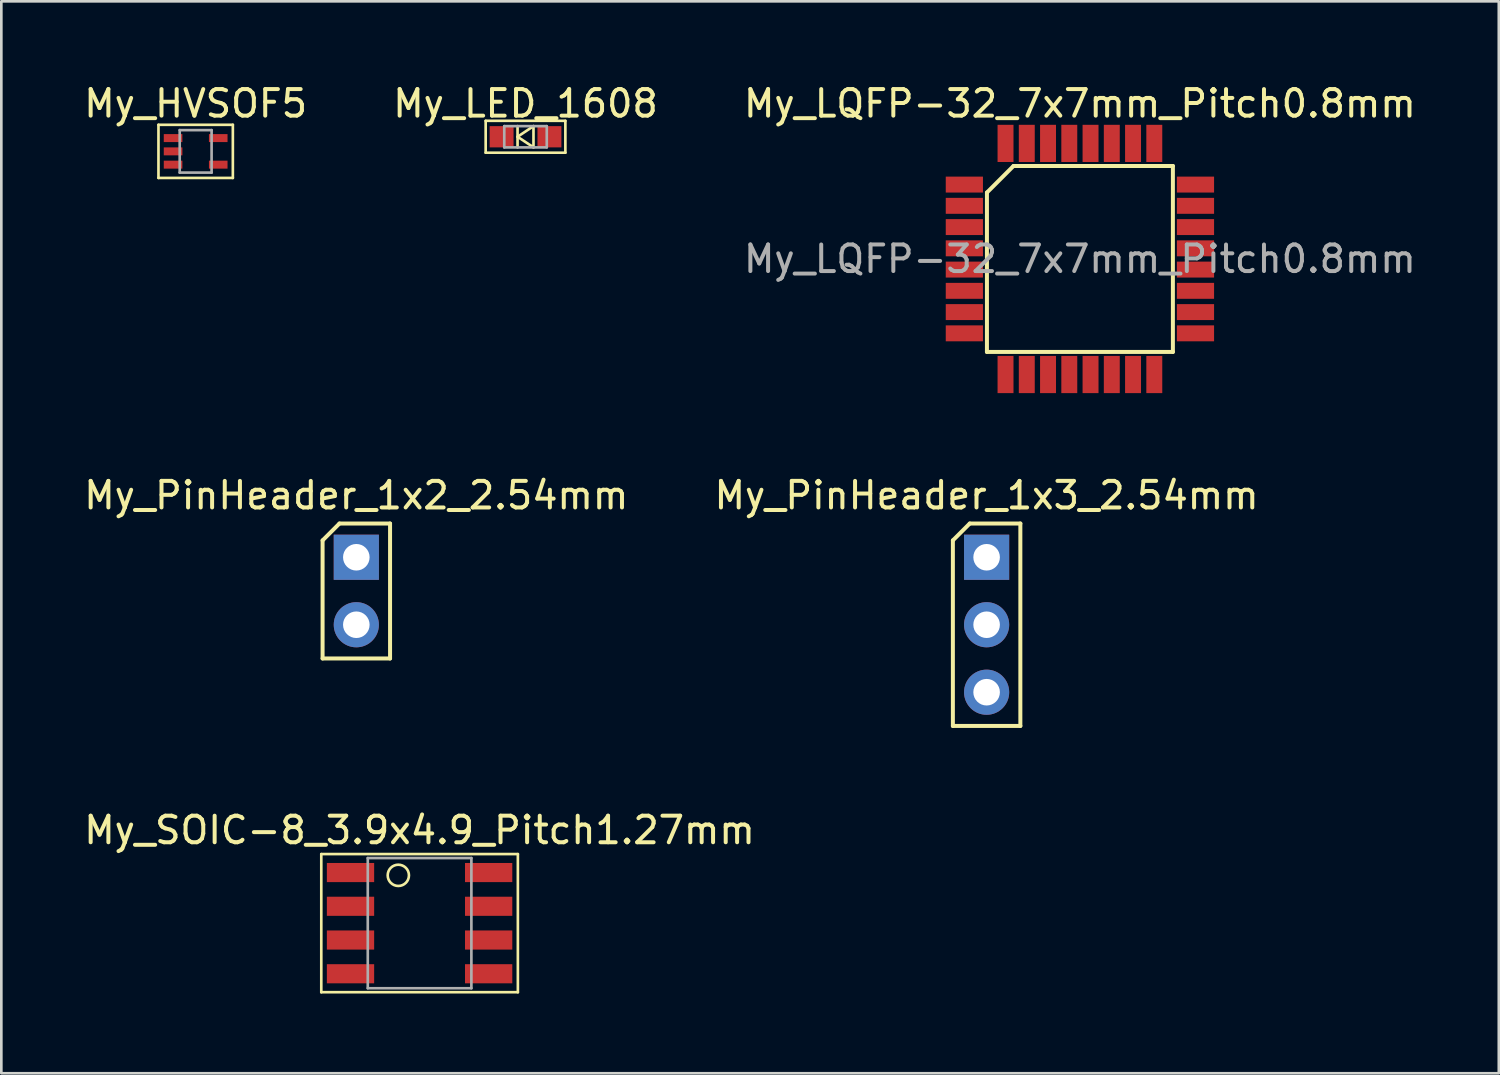
<source format=kicad_pcb>
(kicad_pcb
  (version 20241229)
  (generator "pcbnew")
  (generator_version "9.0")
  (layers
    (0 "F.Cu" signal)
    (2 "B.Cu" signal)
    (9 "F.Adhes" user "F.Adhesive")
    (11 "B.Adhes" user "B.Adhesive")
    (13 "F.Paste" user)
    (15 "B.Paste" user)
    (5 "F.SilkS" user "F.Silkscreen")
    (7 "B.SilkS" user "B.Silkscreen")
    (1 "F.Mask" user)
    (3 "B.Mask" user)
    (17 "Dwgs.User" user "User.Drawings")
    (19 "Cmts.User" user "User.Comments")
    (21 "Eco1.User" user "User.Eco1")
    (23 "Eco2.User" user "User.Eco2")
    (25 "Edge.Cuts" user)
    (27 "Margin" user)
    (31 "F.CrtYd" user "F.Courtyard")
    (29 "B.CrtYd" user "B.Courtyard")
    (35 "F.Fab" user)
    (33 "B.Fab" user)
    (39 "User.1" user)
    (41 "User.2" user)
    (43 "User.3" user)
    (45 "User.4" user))
  (footprint "My_PinHeader_1x3_2.54mm"
    (layer "F.Cu")
    (at 34.089 17.927)
    (property "Reference" "My_PinHeader_1x3_2.54mm" (at 0 -2.33 0) (layer "F.SilkS") (effects (font (size 1 1) (thickness 0.15))))
    (attr through_hole)
    (fp_line (start -1.27 -0.635) (end -0.635 -1.27) (stroke (width 0.15) (type solid)) (layer "F.SilkS"))
    (fp_line (start -1.27 6.35) (end -1.27 -0.635) (stroke (width 0.15) (type solid)) (layer "F.SilkS"))
    (fp_line (start -0.635 -1.27) (end 1.27 -1.27) (stroke (width 0.15) (type solid)) (layer "F.SilkS"))
    (fp_line (start 1.27 -1.27) (end 1.27 6.35) (stroke (width 0.15) (type solid)) (layer "F.SilkS"))
    (fp_line (start 1.27 6.35) (end -1.27 6.35) (stroke (width 0.15) (type solid)) (layer "F.SilkS"))
    (pad "1" thru_hole rect (at 0 0) (size 1.7 1.7) (drill 1) (layers "*.Cu" "*.Mask"))
    (pad "2" thru_hole oval (at 0 2.54) (size 1.7 1.7) (drill 1) (layers "*.Cu" "*.Mask"))
    (pad "3" thru_hole oval (at 0 5.08) (size 1.7 1.7) (drill 1) (layers "*.Cu" "*.Mask")))
  (footprint "My_PinHeader_1x2_2.54mm"
    (layer "F.Cu")
    (at 10.363 17.927)
    (property "Reference" "My_PinHeader_1x2_2.54mm" (at 0 -2.33 0) (layer "F.SilkS") (effects (font (size 1 1) (thickness 0.15))))
    (attr through_hole)
    (fp_line (start -1.27 -0.635) (end -0.635 -1.27) (stroke (width 0.15) (type solid)) (layer "F.SilkS"))
    (fp_line (start -1.27 3.81) (end -1.27 -0.635) (stroke (width 0.15) (type solid)) (layer "F.SilkS"))
    (fp_line (start -0.635 -1.27) (end 1.27 -1.27) (stroke (width 0.15) (type solid)) (layer "F.SilkS"))
    (fp_line (start 1.27 -1.27) (end 1.27 3.81) (stroke (width 0.15) (type solid)) (layer "F.SilkS"))
    (fp_line (start 1.27 3.81) (end -1.27 3.81) (stroke (width 0.15) (type solid)) (layer "F.SilkS"))
    (pad "1" thru_hole rect (at 0 0) (size 1.7 1.7) (drill 1) (layers "*.Cu" "*.Mask"))
    (pad "2" thru_hole oval (at 0 2.54) (size 1.7 1.7) (drill 1) (layers "*.Cu" "*.Mask")))
  (footprint "My_LQFP-32_7x7mm_Pitch0.8mm"
    (layer "F.Cu")
    (at 37.601 6.698)
    (property "Reference" "My_LQFP-32_7x7mm_Pitch0.8mm" (at 0 -5.85 0) (layer "F.SilkS") (effects (font (size 1 1) (thickness 0.15))))
    (attr smd)
    (fp_line (start -3.5 -2.5) (end -2.5 -3.5) (stroke (width 0.15) (type solid)) (layer "F.SilkS"))
    (fp_line (start -3.5 3.5) (end -3.5 -2.5) (stroke (width 0.15) (type solid)) (layer "F.SilkS"))
    (fp_line (start -2.5 -3.5) (end 3.5 -3.5) (stroke (width 0.15) (type solid)) (layer "F.SilkS"))
    (fp_line (start 3.5 -3.5) (end 3.5 3.5) (stroke (width 0.15) (type solid)) (layer "F.SilkS"))
    (fp_line (start 3.5 3.5) (end -3.5 3.5) (stroke (width 0.15) (type solid)) (layer "F.SilkS"))
    (fp_text user "${REFERENCE}" (at 0 0 0) (layer "F.Fab") (effects (font (size 1 1) (thickness 0.15))))
    (pad "1" smd rect (at -4.35 -2.8) (size 1.4 0.6) (layers "F.Cu" "F.Mask" "F.Paste"))
    (pad "2" smd rect (at -4.35 -2) (size 1.4 0.6) (layers "F.Cu" "F.Mask" "F.Paste"))
    (pad "3" smd rect (at -4.35 -1.2) (size 1.4 0.6) (layers "F.Cu" "F.Mask" "F.Paste"))
    (pad "4" smd rect (at -4.35 -0.4) (size 1.4 0.6) (layers "F.Cu" "F.Mask" "F.Paste"))
    (pad "5" smd rect (at -4.35 0.4) (size 1.4 0.6) (layers "F.Cu" "F.Mask" "F.Paste"))
    (pad "6" smd rect (at -4.35 1.2) (size 1.4 0.6) (layers "F.Cu" "F.Mask" "F.Paste"))
    (pad "7" smd rect (at -4.35 2) (size 1.4 0.6) (layers "F.Cu" "F.Mask" "F.Paste"))
    (pad "8" smd rect (at -4.35 2.8) (size 1.4 0.6) (layers "F.Cu" "F.Mask" "F.Paste"))
    (pad "9" smd rect (at -2.8 4.35 90) (size 1.4 0.6) (layers "F.Cu" "F.Mask" "F.Paste"))
    (pad "10" smd rect (at -2 4.35 90) (size 1.4 0.6) (layers "F.Cu" "F.Mask" "F.Paste"))
    (pad "11" smd rect (at -1.2 4.35 90) (size 1.4 0.6) (layers "F.Cu" "F.Mask" "F.Paste"))
    (pad "12" smd rect (at -0.4 4.35 90) (size 1.4 0.6) (layers "F.Cu" "F.Mask" "F.Paste"))
    (pad "13" smd rect (at 0.4 4.35 90) (size 1.4 0.6) (layers "F.Cu" "F.Mask" "F.Paste"))
    (pad "14" smd rect (at 1.2 4.35 90) (size 1.4 0.6) (layers "F.Cu" "F.Mask" "F.Paste"))
    (pad "15" smd rect (at 2 4.35 90) (size 1.4 0.6) (layers "F.Cu" "F.Mask" "F.Paste"))
    (pad "16" smd rect (at 2.8 4.35 90) (size 1.4 0.6) (layers "F.Cu" "F.Mask" "F.Paste"))
    (pad "17" smd rect (at 4.35 2.8) (size 1.4 0.6) (layers "F.Cu" "F.Mask" "F.Paste"))
    (pad "18" smd rect (at 4.35 2) (size 1.4 0.6) (layers "F.Cu" "F.Mask" "F.Paste"))
    (pad "19" smd rect (at 4.35 1.2) (size 1.4 0.6) (layers "F.Cu" "F.Mask" "F.Paste"))
    (pad "20" smd rect (at 4.35 0.4) (size 1.4 0.6) (layers "F.Cu" "F.Mask" "F.Paste"))
    (pad "21" smd rect (at 4.35 -0.4) (size 1.4 0.6) (layers "F.Cu" "F.Mask" "F.Paste"))
    (pad "22" smd rect (at 4.35 -1.2) (size 1.4 0.6) (layers "F.Cu" "F.Mask" "F.Paste"))
    (pad "23" smd rect (at 4.35 -2) (size 1.4 0.6) (layers "F.Cu" "F.Mask" "F.Paste"))
    (pad "24" smd rect (at 4.35 -2.8) (size 1.4 0.6) (layers "F.Cu" "F.Mask" "F.Paste"))
    (pad "25" smd rect (at 2.8 -4.35 90) (size 1.4 0.6) (layers "F.Cu" "F.Mask" "F.Paste"))
    (pad "26" smd rect (at 2 -4.35 90) (size 1.4 0.6) (layers "F.Cu" "F.Mask" "F.Paste"))
    (pad "27" smd rect (at 1.2 -4.35 90) (size 1.4 0.6) (layers "F.Cu" "F.Mask" "F.Paste"))
    (pad "28" smd rect (at 0.4 -4.35 90) (size 1.4 0.6) (layers "F.Cu" "F.Mask" "F.Paste"))
    (pad "29" smd rect (at -0.4 -4.35 90) (size 1.4 0.6) (layers "F.Cu" "F.Mask" "F.Paste"))
    (pad "30" smd rect (at -1.2 -4.35 90) (size 1.4 0.6) (layers "F.Cu" "F.Mask" "F.Paste"))
    (pad "31" smd rect (at -2 -4.35 90) (size 1.4 0.6) (layers "F.Cu" "F.Mask" "F.Paste"))
    (pad "32" smd rect (at -2.8 -4.35 90) (size 1.4 0.6) (layers "F.Cu" "F.Mask" "F.Paste")))
  (footprint "My_HVSOF5"
    (layer "F.Cu")
    (at 4.315 2.648)
    (property "Reference" "My_HVSOF5" (at 0 -1.8 0) (layer "F.SilkS") (effects (font (size 1 1) (thickness 0.15))))
    (attr through_hole)
    (fp_line (start -1.4 -1) (end -1.4 1) (stroke (width 0.1) (type solid)) (layer "F.SilkS"))
    (fp_line (start -1.4 1) (end 1.4 1) (stroke (width 0.1) (type solid)) (layer "F.SilkS"))
    (fp_line (start 1.4 -1) (end -1.4 -1) (stroke (width 0.1) (type solid)) (layer "F.SilkS"))
    (fp_line (start 1.4 1) (end 1.4 -1) (stroke (width 0.1) (type solid)) (layer "F.SilkS"))
    (fp_line (start -0.6 -0.8) (end -0.6 0.8) (stroke (width 0.1) (type solid)) (layer "F.Fab"))
    (fp_line (start -0.6 -0.8) (end 0.6 -0.8) (stroke (width 0.1) (type solid)) (layer "F.Fab"))
    (fp_line (start 0.6 -0.8) (end 0.6 0.8) (stroke (width 0.1) (type solid)) (layer "F.Fab"))
    (fp_line (start 0.6 0.8) (end -0.6 0.8) (stroke (width 0.1) (type solid)) (layer "F.Fab"))
    (pad "1" smd rect (at -0.85 -0.5) (size 0.7 0.3) (layers "F.Cu" "F.Mask" "F.Paste"))
    (pad "2" smd rect (at -0.85 0) (size 0.7 0.3) (layers "F.Cu" "F.Mask" "F.Paste"))
    (pad "3" smd rect (at -0.85 0.5) (size 0.7 0.3) (layers "F.Cu" "F.Mask" "F.Paste"))
    (pad "4" smd rect (at 0.85 0.5) (size 0.7 0.3) (layers "F.Cu" "F.Mask" "F.Paste"))
    (pad "5" smd rect (at 0.85 -0.5) (size 0.7 0.3) (layers "F.Cu" "F.Mask" "F.Paste")))
  (footprint "My_SOIC-8_3.9x4.9_Pitch1.27mm"
    (layer "F.Cu")
    (at 12.744 31.7)
    (property "Reference" "My_SOIC-8_3.9x4.9_Pitch1.27mm" (at 0 -3.5 0) (layer "F.SilkS") (effects (font (size 1 1) (thickness 0.15))))
    (attr smd)
    (fp_line (start -3.7 -2.6) (end 3.7 -2.6) (stroke (width 0.1) (type solid)) (layer "F.SilkS"))
    (fp_line (start -3.7 2.6) (end -3.7 -2.6) (stroke (width 0.1) (type solid)) (layer "F.SilkS"))
    (fp_line (start 3.7 -2.6) (end 3.7 2.6) (stroke (width 0.1) (type solid)) (layer "F.SilkS"))
    (fp_line (start 3.7 2.6) (end -3.7 2.6) (stroke (width 0.1) (type solid)) (layer "F.SilkS"))
    (fp_circle (center -0.8 -1.8) (end -0.4 -1.8) (stroke (width 0.1) (type solid)) (fill no) (layer "F.SilkS"))
    (fp_line (start -1.95 -2.45) (end 1.95 -2.45) (stroke (width 0.1) (type solid)) (layer "F.Fab"))
    (fp_line (start -1.95 2.45) (end -1.95 -2.45) (stroke (width 0.1) (type solid)) (layer "F.Fab"))
    (fp_line (start 1.95 -2.45) (end 1.95 2.45) (stroke (width 0.1) (type solid)) (layer "F.Fab"))
    (fp_line (start 1.95 2.45) (end -1.95 2.45) (stroke (width 0.1) (type solid)) (layer "F.Fab"))
    (pad "1" smd rect (at -2.6 -1.905) (size 1.78 0.72) (layers "F.Cu" "F.Mask" "F.Paste"))
    (pad "2" smd rect (at -2.6 -0.635) (size 1.78 0.72) (layers "F.Cu" "F.Mask" "F.Paste"))
    (pad "3" smd rect (at -2.6 0.635) (size 1.78 0.72) (layers "F.Cu" "F.Mask" "F.Paste"))
    (pad "4" smd rect (at -2.6 1.905) (size 1.78 0.72) (layers "F.Cu" "F.Mask" "F.Paste"))
    (pad "5" smd rect (at 2.6 1.905) (size 1.78 0.72) (layers "F.Cu" "F.Mask" "F.Paste"))
    (pad "6" smd rect (at 2.6 0.635) (size 1.78 0.72) (layers "F.Cu" "F.Mask" "F.Paste"))
    (pad "7" smd rect (at 2.6 -0.635) (size 1.78 0.72) (layers "F.Cu" "F.Mask" "F.Paste"))
    (pad "8" smd rect (at 2.6 -1.905) (size 1.78 0.72) (layers "F.Cu" "F.Mask" "F.Paste")))
  (footprint "My_LED_1608"
    (layer "F.Cu")
    (at 16.732 2.098)
    (property "Reference" "My_LED_1608" (at 0 -1.25 0) (layer "F.SilkS") (effects (font (size 1 1) (thickness 0.15))))
    (attr smd)
    (fp_line (start -1.5 -0.6) (end 1.5 -0.6) (stroke (width 0.1) (type solid)) (layer "F.SilkS"))
    (fp_line (start -1.5 0.6) (end -1.5 -0.6) (stroke (width 0.1) (type solid)) (layer "F.SilkS"))
    (fp_line (start -0.3 -0.4) (end -0.3 0.4) (stroke (width 0.1) (type solid)) (layer "F.SilkS"))
    (fp_line (start -0.3 0) (end 0.3 0.4) (stroke (width 0.1) (type solid)) (layer "F.SilkS"))
    (fp_line (start 0.3 -0.4) (end -0.3 0) (stroke (width 0.1) (type solid)) (layer "F.SilkS"))
    (fp_line (start 0.3 0.4) (end 0.3 -0.4) (stroke (width 0.1) (type solid)) (layer "F.SilkS"))
    (fp_line (start 1.5 -0.6) (end 1.5 0.6) (stroke (width 0.1) (type solid)) (layer "F.SilkS"))
    (fp_line (start 1.5 0.6) (end -1.5 0.6) (stroke (width 0.1) (type solid)) (layer "F.SilkS"))
    (fp_line (start -0.8 -0.4) (end 0.8 -0.4) (stroke (width 0.1) (type solid)) (layer "F.Fab"))
    (fp_line (start -0.8 0.4) (end -0.8 -0.4) (stroke (width 0.1) (type solid)) (layer "F.Fab"))
    (fp_line (start 0.8 -0.4) (end 0.8 0.4) (stroke (width 0.1) (type solid)) (layer "F.Fab"))
    (fp_line (start 0.8 0.4) (end -0.8 0.4) (stroke (width 0.1) (type solid)) (layer "F.Fab"))
    (pad "1" smd rect (at -0.9 0 180) (size 0.9 0.8) (layers "F.Cu" "F.Mask" "F.Paste"))
    (pad "2" smd rect (at 0.9 0 180) (size 0.9 0.8) (layers "F.Cu" "F.Mask" "F.Paste")))
  (gr_rect
    (start -3 -3)
    (end 53.369 37.35)
    (stroke (width 0.1) (type default))
    (fill no)
    (layer "Edge.Cuts")))
</source>
